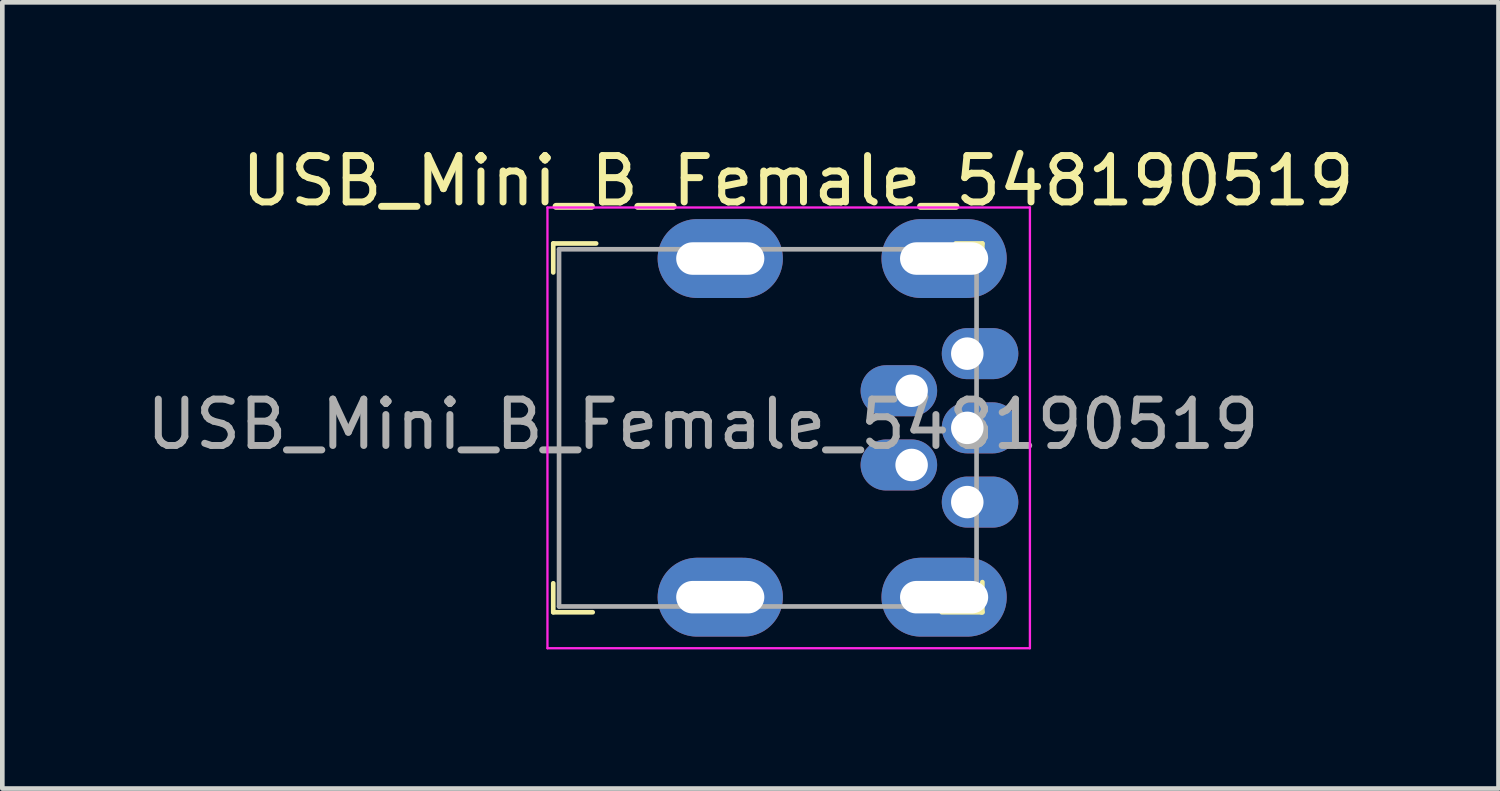
<source format=kicad_pcb>
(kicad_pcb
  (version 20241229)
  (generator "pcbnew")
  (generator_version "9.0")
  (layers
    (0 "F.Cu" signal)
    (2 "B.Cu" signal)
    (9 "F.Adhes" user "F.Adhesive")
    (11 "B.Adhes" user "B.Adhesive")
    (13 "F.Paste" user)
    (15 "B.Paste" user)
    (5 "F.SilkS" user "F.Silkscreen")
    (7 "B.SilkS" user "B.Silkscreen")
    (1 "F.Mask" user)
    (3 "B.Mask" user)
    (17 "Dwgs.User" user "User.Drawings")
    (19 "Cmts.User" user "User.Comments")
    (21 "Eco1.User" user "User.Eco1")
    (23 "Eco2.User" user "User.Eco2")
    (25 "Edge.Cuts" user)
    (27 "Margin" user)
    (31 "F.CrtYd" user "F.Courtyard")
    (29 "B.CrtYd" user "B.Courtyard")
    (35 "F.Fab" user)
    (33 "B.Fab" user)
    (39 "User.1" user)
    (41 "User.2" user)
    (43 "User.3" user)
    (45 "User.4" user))
  (footprint "USB_Mini_B_Female_548190519"
    (layer "F.Cu")
    (at 17.801 6.173)
    (property "Reference" "USB_Mini_B_Female_548190519" (at -3.65 -5.325 0) (layer "F.SilkS") (effects (font (size 1 1) (thickness 0.15))))
    (attr through_hole)
    (fp_line (start -8.925 -3.975) (end -8.925 -3.35) (stroke (width 0.1) (type solid)) (layer "F.SilkS"))
    (fp_line (start -8.925 3.975) (end -8.925 3.35) (stroke (width 0.1) (type solid)) (layer "F.SilkS"))
    (fp_line (start -8.075 3.975) (end -8.925 3.975) (stroke (width 0.1) (type solid)) (layer "F.SilkS"))
    (fp_line (start -8 -3.975) (end -8.925 -3.975) (stroke (width 0.1) (type solid)) (layer "F.SilkS"))
    (fp_line (start -0.55 3.975) (end 0.3 3.975) (stroke (width 0.1) (type solid)) (layer "F.SilkS"))
    (fp_line (start -0.25 -3.975) (end 0.325 -3.975) (stroke (width 0.1) (type solid)) (layer "F.SilkS"))
    (fp_line (start 0.325 -3.975) (end 0.325 -3.5) (stroke (width 0.1) (type solid)) (layer "F.SilkS"))
    (fp_line (start 0.325 3.325) (end 0.325 3.975) (stroke (width 0.1) (type solid)) (layer "F.SilkS"))
    (fp_line (start 0.325 3.975) (end 0.3 3.975) (stroke (width 0.1) (type solid)) (layer "F.SilkS"))
    (fp_line (start -9.05 -4.75) (end -9.05 4.75) (stroke (width 0.05) (type solid)) (layer "F.CrtYd"))
    (fp_line (start -9.05 -4.75) (end 1.35 -4.75) (stroke (width 0.05) (type solid)) (layer "F.CrtYd"))
    (fp_line (start -9.05 4.75) (end 1.35 4.75) (stroke (width 0.05) (type solid)) (layer "F.CrtYd"))
    (fp_line (start 1.35 -4.75) (end 1.35 4.75) (stroke (width 0.05) (type solid)) (layer "F.CrtYd"))
    (fp_line (start -8.8 -3.85) (end -8.8 3.85) (stroke (width 0.1) (type solid)) (layer "F.Fab"))
    (fp_line (start -8.8 -3.85) (end 0.2 -3.85) (stroke (width 0.1) (type solid)) (layer "F.Fab"))
    (fp_line (start -8.8 3.85) (end 0.2 3.85) (stroke (width 0.1) (type solid)) (layer "F.Fab"))
    (fp_line (start 0.2 -3.85) (end 0.2 3.85) (stroke (width 0.1) (type solid)) (layer "F.Fab"))
    (fp_text user "${REFERENCE}" (at -5.7 -0.075 0) (layer "F.Fab") (effects (font (size 1 1) (thickness 0.15))))
    (pad "1" thru_hole oval (at 0 1.6) (size 1.65 1.1) (drill 0.7 (offset 0.275 0)) (layers "*.Cu" "*.Mask"))
    (pad "2" thru_hole oval (at -1.2 0.8) (size 1.65 1.1) (drill 0.7 (offset -0.275 0)) (layers "*.Cu" "*.Mask"))
    (pad "3" thru_hole oval (at 0 0) (size 1.65 1.1) (drill 0.7 (offset 0.275 0)) (layers "*.Cu" "*.Mask"))
    (pad "4" thru_hole oval (at -1.2 -0.8) (size 1.65 1.1) (drill 0.7 (offset -0.275 0)) (layers "*.Cu" "*.Mask"))
    (pad "5" thru_hole oval (at 0 -1.6) (size 1.65 1.1) (drill 0.7 (offset 0.275 0)) (layers "*.Cu" "*.Mask"))
    (pad "6" thru_hole oval (at -5.325 -3.65) (size 2.7 1.7) (drill oval 1.9 0.7) (layers "*.Cu" "*.Mask"))
    (pad "6" thru_hole oval (at -5.325 3.65) (size 2.7 1.7) (drill oval 1.9 0.7) (layers "*.Cu" "*.Mask"))
    (pad "6" thru_hole oval (at -0.5 -3.65) (size 2.7 1.7) (drill oval 1.9 0.7) (layers "*.Cu" "*.Mask"))
    (pad "6" thru_hole oval (at -0.5 3.65) (size 2.7 1.7) (drill oval 1.9 0.7) (layers "*.Cu" "*.Mask")))
  (gr_rect
    (start -3 -3)
    (end 29.252 13.948)
    (stroke (width 0.1) (type default))
    (fill no)
    (layer "Edge.Cuts")))
</source>
